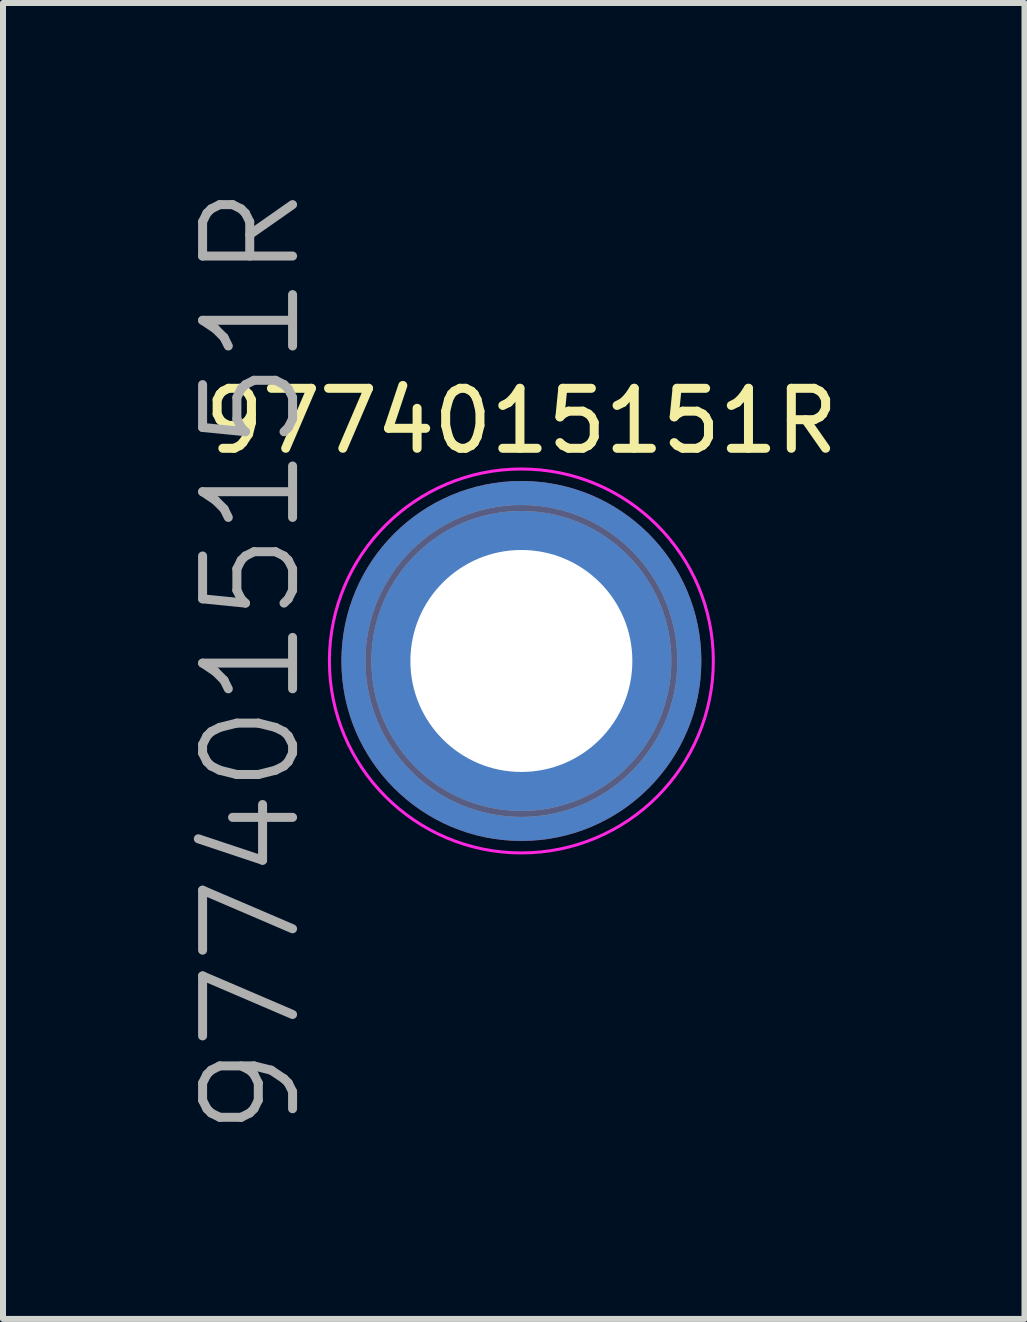
<source format=kicad_pcb>
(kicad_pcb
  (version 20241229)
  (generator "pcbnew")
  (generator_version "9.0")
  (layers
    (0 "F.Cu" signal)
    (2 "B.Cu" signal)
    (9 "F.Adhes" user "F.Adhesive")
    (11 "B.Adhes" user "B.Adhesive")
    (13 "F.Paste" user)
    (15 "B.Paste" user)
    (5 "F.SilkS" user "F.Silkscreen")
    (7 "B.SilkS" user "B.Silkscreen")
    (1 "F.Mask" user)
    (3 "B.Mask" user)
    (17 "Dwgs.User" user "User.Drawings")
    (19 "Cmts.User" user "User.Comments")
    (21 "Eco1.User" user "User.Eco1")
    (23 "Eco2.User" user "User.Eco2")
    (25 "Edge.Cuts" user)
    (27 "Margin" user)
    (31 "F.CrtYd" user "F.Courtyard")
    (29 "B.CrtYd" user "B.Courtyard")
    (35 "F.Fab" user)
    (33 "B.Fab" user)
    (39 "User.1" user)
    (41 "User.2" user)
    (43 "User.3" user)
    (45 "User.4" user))
  (footprint "9774015151R"
    (layer "F.Cu")
    (at 5.641 7.968)
    (property "Reference" "9774015151R" (at 0 -4 0) (layer "F.SilkS") (effects (font (size 1 1) (thickness 0.15))))
    (fp_poly (pts (xy -2.902 -0.325) (xy -2.874 -0.57) (xy -2.738 -1.044) (xy -2.524 -1.488) (xy -2.239 -1.89) (xy -1.89 -2.239) (xy -1.488 -2.524) (xy -1.044 -2.738) (xy -0.57 -2.874) (xy -0.325 -2.902) (xy -0.325 -1.872) (xy -0.467 -1.842) (xy -0.743 -1.749) (xy -1.002 -1.615) (xy -1.237 -1.443) (xy -1.442 -1.237) (xy -1.614 -1.002) (xy -1.748 -0.744) (xy -1.842 -0.468) (xy -1.872 -0.325) (xy -1.872 -0.325)) (stroke (width 0) (type default)) (fill yes) (layer "F.Paste"))
    (fp_poly (pts (xy -0.325 2.902) (xy -0.57 2.874) (xy -1.044 2.738) (xy -1.488 2.524) (xy -1.89 2.239) (xy -2.239 1.89) (xy -2.524 1.488) (xy -2.738 1.044) (xy -2.874 0.57) (xy -2.902 0.325) (xy -1.872 0.325) (xy -1.842 0.467) (xy -1.749 0.743) (xy -1.615 1.002) (xy -1.443 1.237) (xy -1.237 1.442) (xy -1.002 1.614) (xy -0.744 1.748) (xy -0.468 1.842) (xy -0.325 1.872) (xy -0.325 1.872)) (stroke (width 0) (type default)) (fill yes) (layer "F.Paste"))
    (fp_poly (pts (xy 0.325 -2.902) (xy 0.57 -2.874) (xy 1.044 -2.738) (xy 1.488 -2.524) (xy 1.89 -2.239) (xy 2.239 -1.89) (xy 2.524 -1.488) (xy 2.738 -1.044) (xy 2.874 -0.57) (xy 2.902 -0.325) (xy 1.872 -0.325) (xy 1.842 -0.467) (xy 1.749 -0.743) (xy 1.615 -1.002) (xy 1.443 -1.237) (xy 1.237 -1.442) (xy 1.002 -1.614) (xy 0.744 -1.748) (xy 0.468 -1.842) (xy 0.325 -1.872) (xy 0.325 -1.872)) (stroke (width 0) (type default)) (fill yes) (layer "F.Paste"))
    (fp_poly (pts (xy 2.902 0.325) (xy 2.874 0.57) (xy 2.738 1.044) (xy 2.524 1.488) (xy 2.239 1.89) (xy 1.89 2.239) (xy 1.488 2.524) (xy 1.044 2.738) (xy 0.57 2.874) (xy 0.325 2.902) (xy 0.325 1.872) (xy 0.467 1.842) (xy 0.743 1.749) (xy 1.002 1.615) (xy 1.237 1.443) (xy 1.442 1.237) (xy 1.614 1.002) (xy 1.748 0.744) (xy 1.842 0.468) (xy 1.872 0.325) (xy 1.872 0.325)) (stroke (width 0) (type default)) (fill yes) (layer "F.Paste"))
    (fp_line (start -0.5 0) (end 0.5 0) (stroke (width 0.05) (type solid)) (layer "Eco2.User"))
    (fp_line (start 0 0.5) (end 0 -0.5) (stroke (width 0.05) (type solid)) (layer "Eco2.User"))
    (fp_circle (center 0 0) (end 0 -3.2) (stroke (width 0.05) (type solid)) (fill no) (layer "F.CrtYd"))
    (fp_circle (center 0 0) (end 0 -2.55) (stroke (width 0.1) (type solid)) (fill no) (layer "B.Fab"))
    (fp_circle (center 0 0) (end 0 -2.55) (stroke (width 0.1) (type solid)) (fill no) (layer "F.Fab"))
    (fp_text user "${REFERENCE}" (at -4.5 0 90) (unlocked yes) (layer "F.Fab") (effects (font (size 1.5 1.5) (thickness 0.15))))
    (pad "" thru_hole circle (at 0 0) (size 6 6) (drill 3.7) (layers "*.Cu" "*.Mask")))
  (gr_rect
    (start -3 -3)
    (end 14.028 18.936)
    (stroke (width 0.1) (type default))
    (fill no)
    (layer "Edge.Cuts")))
</source>
